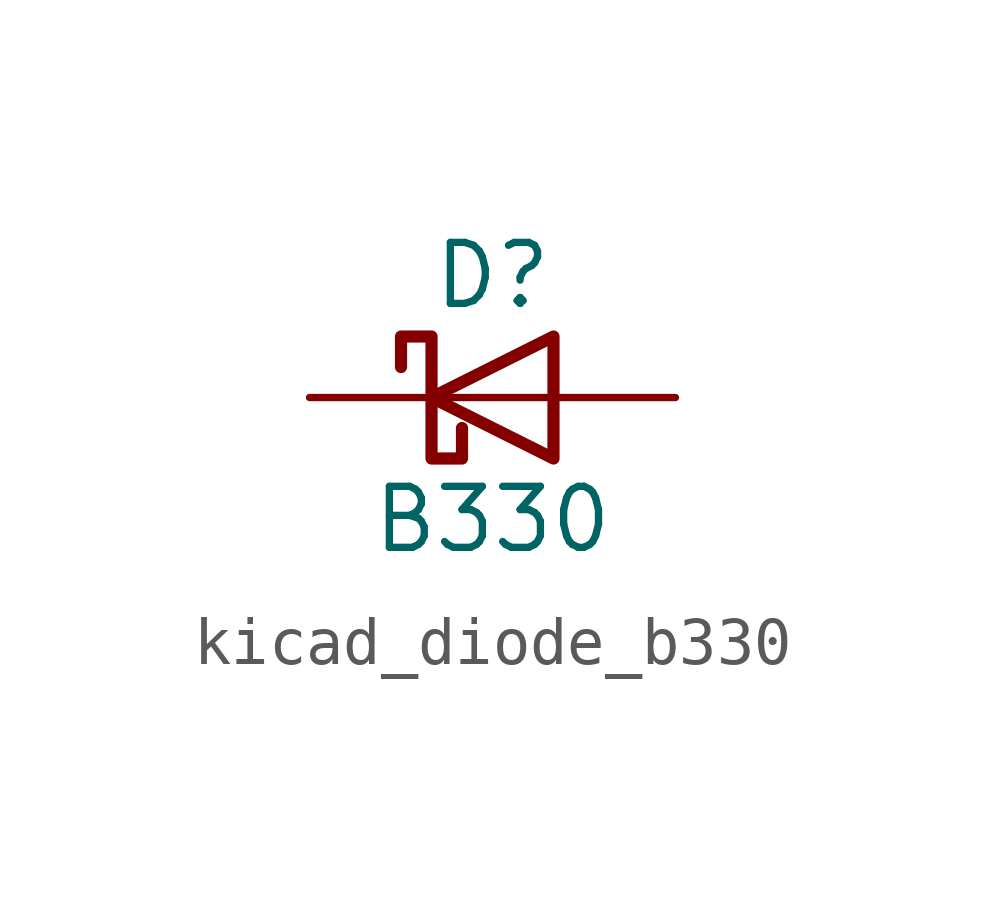
<source format=kicad_sym>
(kicad_symbol_lib
  (version 20220914)
  (generator kicad_symbol_editor)
  (symbol "kicad_diode_b330"
    (pin_numbers hide)
    (pin_names
      (offset 1.016) hide)
    (property "Reference" "D"
      (at 0 2.54 0)
      (effects (font (size 1.27 1.27))))
    (property "Value" "B330"
      (at 0 -2.54 0)
      (effects (font (size 1.27 1.27))))
    (symbol "kicad_diode_b330_0_1"
      (polyline (pts (xy 1.27 0) (xy -1.27 0)) (stroke (width 0) (type default)) (fill (type none)))
      (polyline (pts (xy 1.27 1.27) (xy 1.27 -1.27) (xy -1.27 0) (xy 1.27 1.27)) (stroke (width 0.254) (type default)) (fill (type none)))
      (polyline (pts (xy -1.905 0.635) (xy -1.905 1.27) (xy -1.27 1.27) (xy -1.27 -1.27) (xy -0.635 -1.27) (xy -0.635 -0.635)) (stroke (width 0.254) (type default)) (fill (type none))))
    (symbol "kicad_diode_b330_1_1"
      (pin passive line (at -3.81 0 0) (length 2.54) (name "K" (effects (font (size 1.27 1.27)))) (number "1" (effects (font (size 1.27 1.27)))))
      (pin passive line (at 3.81 0 180) (length 2.54) (name "A" (effects (font (size 1.27 1.27)))) (number "2" (effects (font (size 1.27 1.27))))))))
</source>
